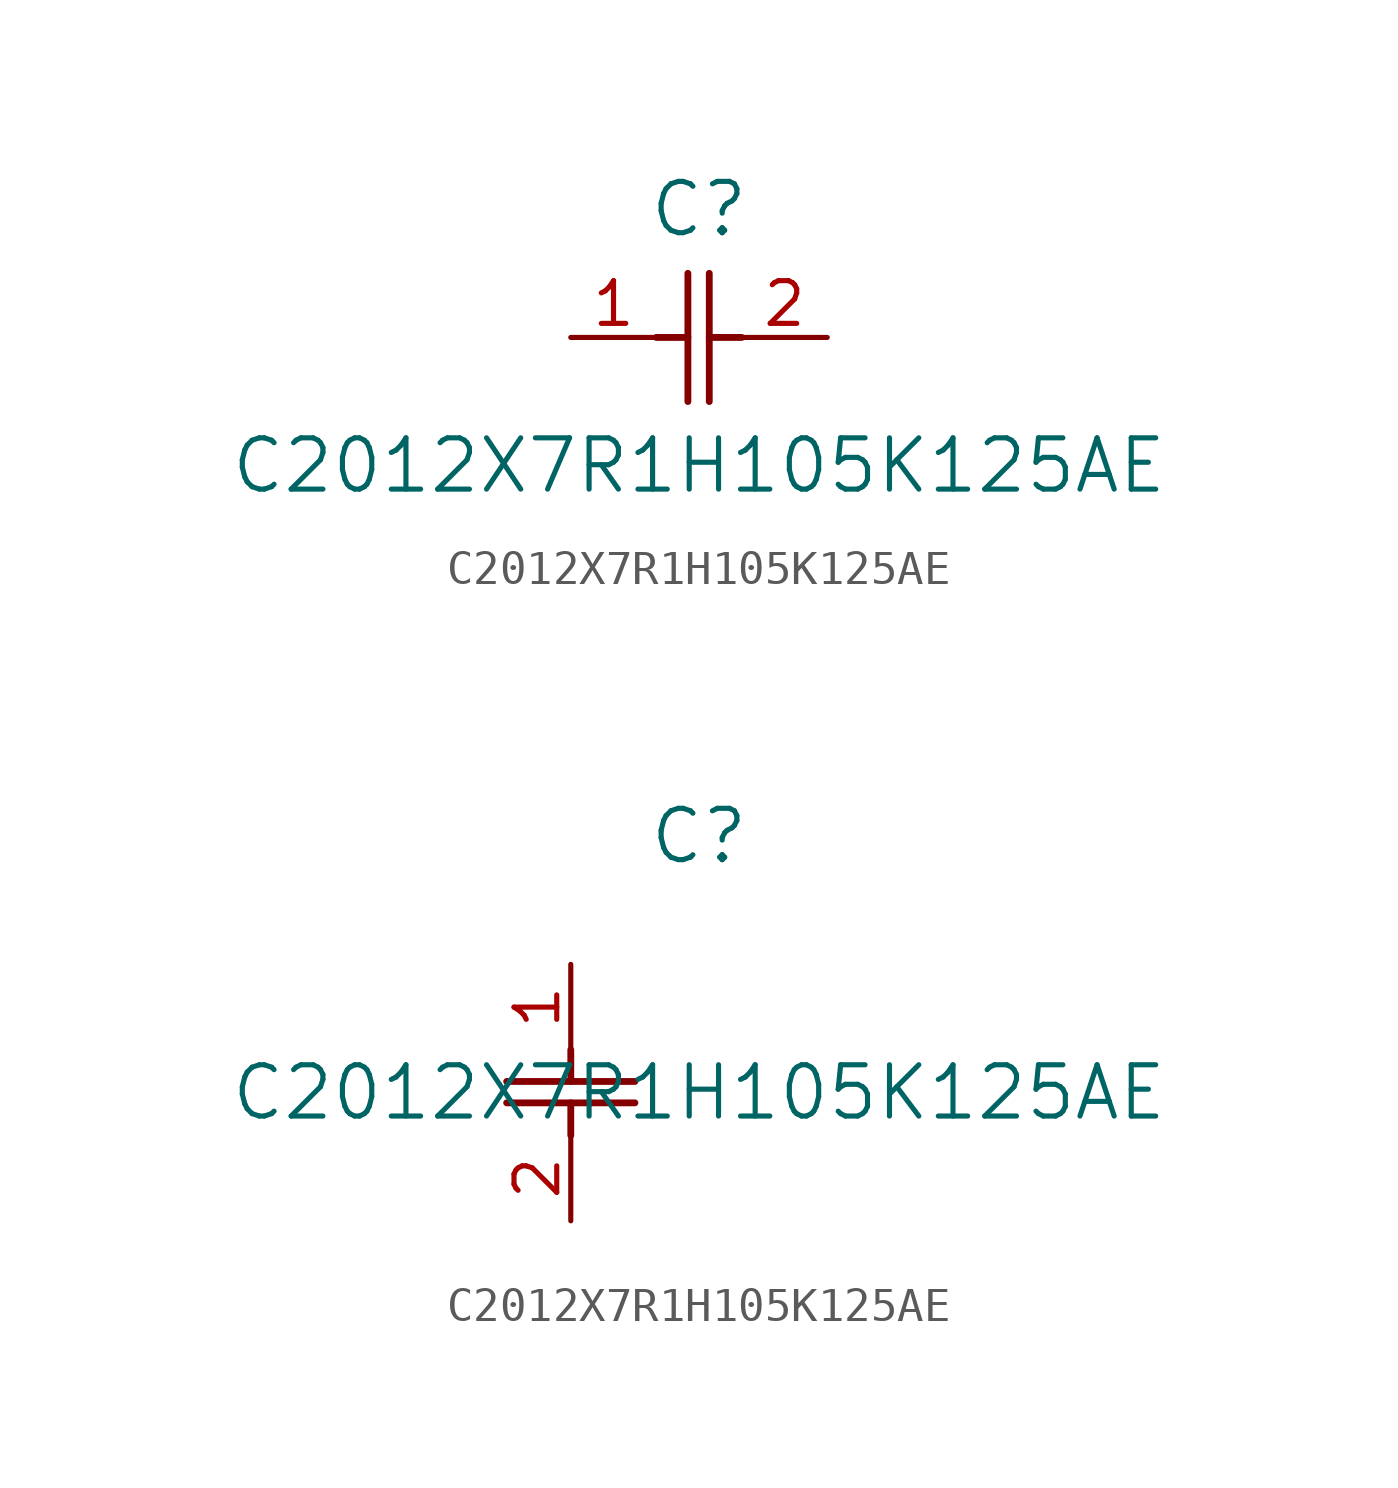
<source format=kicad_sym>
(kicad_symbol_lib
  (version 20211014)
  (generator kicad_symbol_editor)
  (symbol "C2012X7R1H105K125AE"
    (pin_names
      (offset 0.254))
    (property "Reference" "C"
      (at 3.81 3.81 0)
      (effects (font (size 1.524 1.524))))
    (property "Value" "C2012X7R1H105K125AE"
      (at 3.81 -3.81 0)
      (effects (font (size 1.524 1.524))))
    (symbol "C2012X7R1H105K125AE_1_1"
      (polyline (pts (xy 3.48 -1.905) (xy 3.48 1.905)) (stroke (width 0.203) (type default) (color 0 0 0 0)) (fill (type none)))
      (polyline (pts (xy 4.115 -1.905) (xy 4.115 1.905)) (stroke (width 0.203) (type default) (color 0 0 0 0)) (fill (type none)))
      (polyline (pts (xy 4.115 0) (xy 5.08 0)) (stroke (width 0.203) (type default) (color 0 0 0 0)) (fill (type none)))
      (polyline (pts (xy 2.54 0) (xy 3.48 0)) (stroke (width 0.203) (type default) (color 0 0 0 0)) (fill (type none)))
      (pin unspecified line (at 0 0 0) (length 2.54) (name "" (effects (font (size 1.27 1.27)))) (number "1" (effects (font (size 1.27 1.27)))))
      (pin unspecified line (at 7.62 0 180) (length 2.54) (name "" (effects (font (size 1.27 1.27)))) (number "2" (effects (font (size 1.27 1.27))))))
    (symbol "C2012X7R1H105K125AE_1_2"
      (polyline (pts (xy -1.905 -3.48) (xy 1.905 -3.48)) (stroke (width 0.203) (type default) (color 0 0 0 0)) (fill (type none)))
      (polyline (pts (xy -1.905 -4.115) (xy 1.905 -4.115)) (stroke (width 0.203) (type default) (color 0 0 0 0)) (fill (type none)))
      (polyline (pts (xy 0 -4.115) (xy 0 -5.08)) (stroke (width 0.203) (type default) (color 0 0 0 0)) (fill (type none)))
      (polyline (pts (xy 0 -2.54) (xy 0 -3.48)) (stroke (width 0.203) (type default) (color 0 0 0 0)) (fill (type none)))
      (pin unspecified line (at 0 0 270) (length 2.54) (name "" (effects (font (size 1.27 1.27)))) (number "1" (effects (font (size 1.27 1.27)))))
      (pin unspecified line (at 0 -7.62 90) (length 2.54) (name "" (effects (font (size 1.27 1.27)))) (number "2" (effects (font (size 1.27 1.27))))))))
</source>
